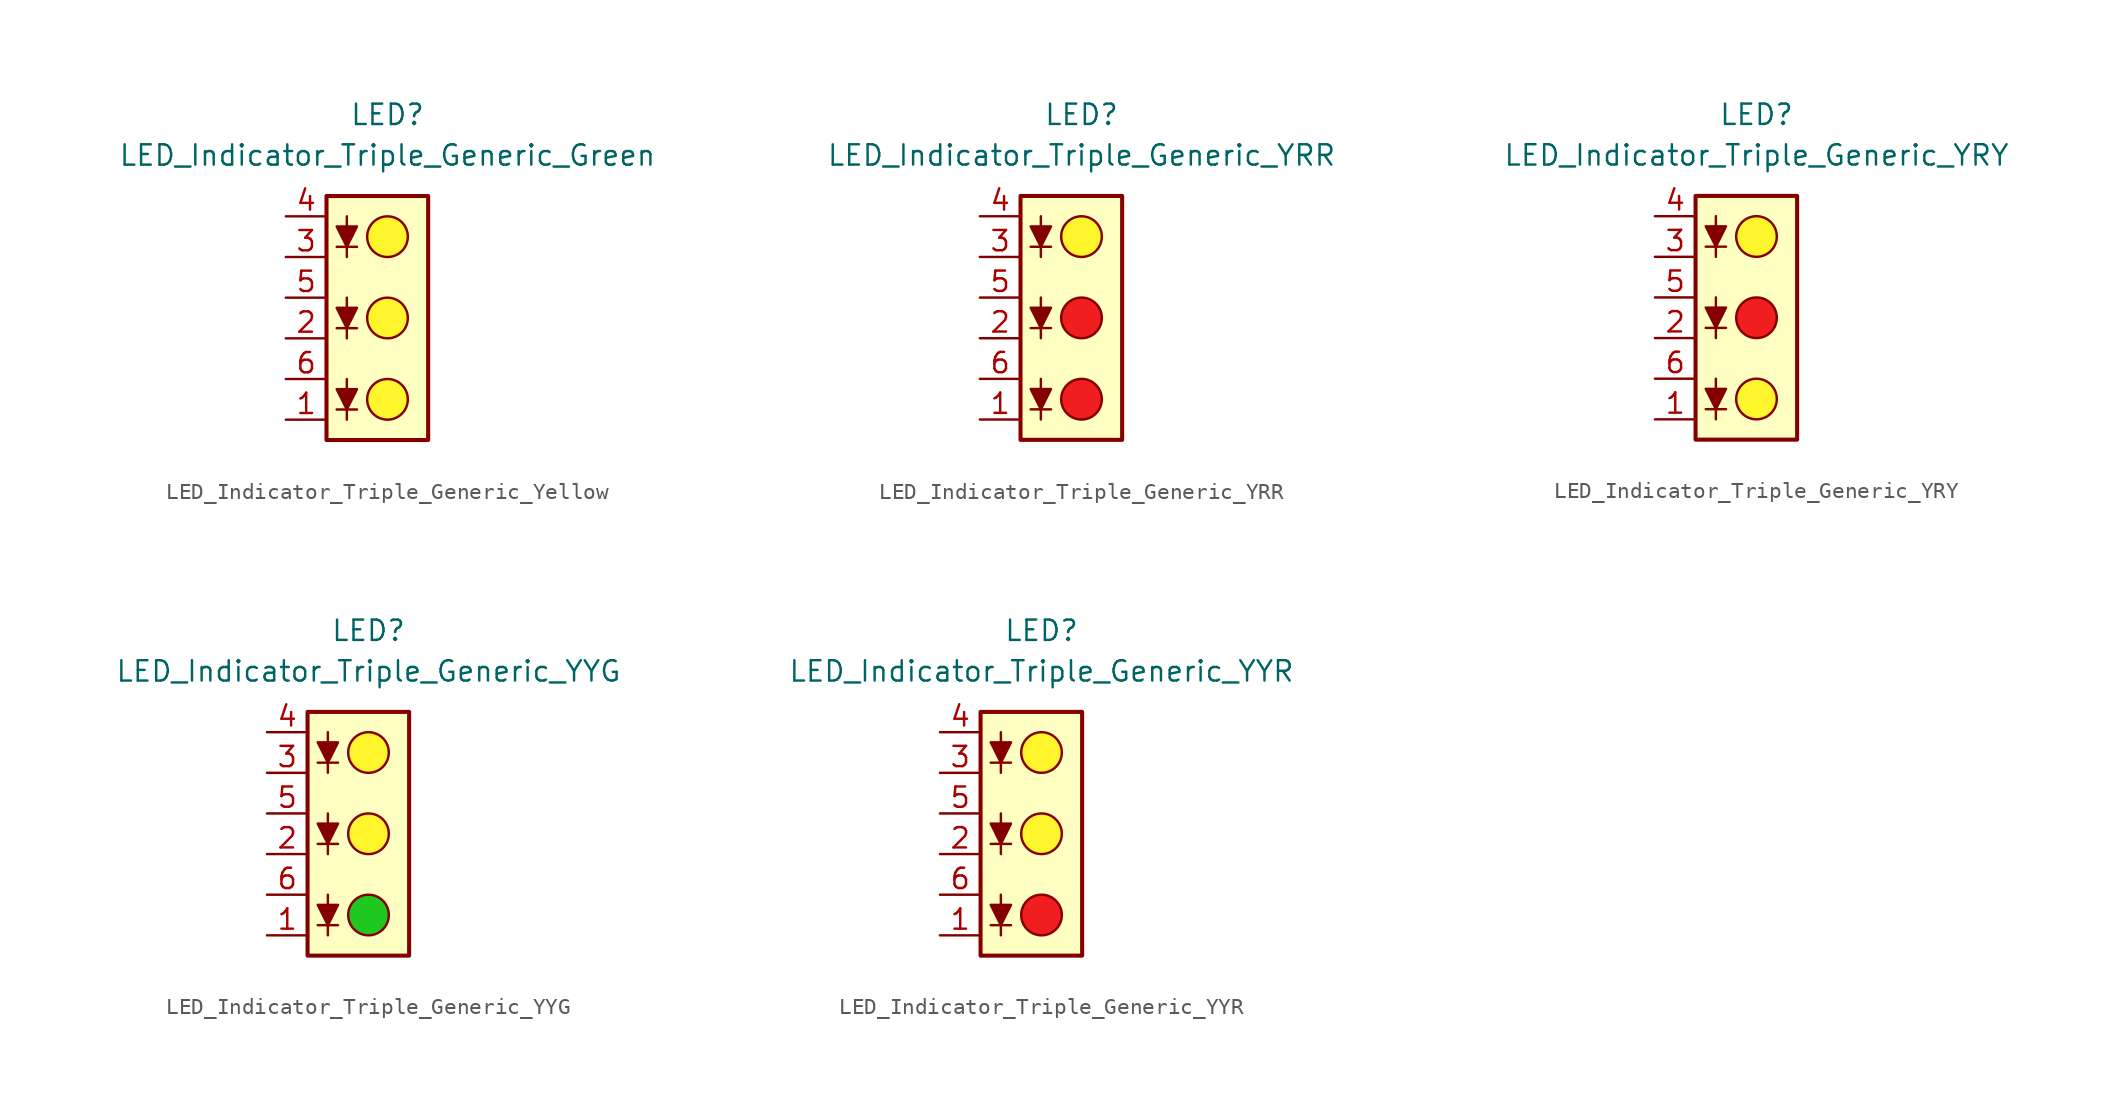
<source format=kicad_sym>
(kicad_symbol_lib
  (version 20231120)
  (generator "kicad_symbol_editor")
  (generator_version "8.0")
  (symbol "LED_Indicator_Triple_Generic_Yellow"
    (pin_names
      (offset 1.016) hide)
    (property "Reference" "LED"
      (at 0 12.7 0)
      (effects (font (size 1.27 1.27))))
    (property "Value" "LED_Indicator_Triple_Generic_Green"
      (at 0 10.16 0)
      (effects (font (size 1.27 1.27))))
    (symbol "LED_Indicator_Triple_Generic_Yellow_0_1"
      (rectangle (start -3.81 7.62) (end 2.54 -7.62) (stroke (width 0.254) (type default)) (fill (type background)))
      (circle (center 0 -5.08) (radius 1.27) (stroke (width 0) (type default)) (fill (type color) (color 255 245 45 1)))
      (polyline (pts (xy -3.175 -5.715) (xy -1.905 -5.715)) (stroke (width 0) (type default)) (fill (type none)))
      (polyline (pts (xy -3.175 -0.635) (xy -1.905 -0.635)) (stroke (width 0) (type default)) (fill (type none)))
      (polyline (pts (xy -3.175 4.445) (xy -1.905 4.445)) (stroke (width 0) (type default)) (fill (type none)))
      (polyline (pts (xy -2.54 -3.81) (xy -2.54 -6.35)) (stroke (width 0) (type default)) (fill (type none)))
      (polyline (pts (xy -2.54 1.27) (xy -2.54 -1.27)) (stroke (width 0) (type default)) (fill (type none)))
      (polyline (pts (xy -2.54 6.35) (xy -2.54 3.81)) (stroke (width 0) (type default)) (fill (type none)))
      (polyline (pts (xy -2.54 -5.715) (xy -3.175 -4.445) (xy -1.905 -4.445) (xy -2.54 -5.715)) (stroke (width 0) (type default)) (fill (type outline)))
      (polyline (pts (xy -2.54 -0.635) (xy -3.175 0.635) (xy -1.905 0.635) (xy -2.54 -0.635)) (stroke (width 0) (type default)) (fill (type outline)))
      (polyline (pts (xy -2.54 4.445) (xy -3.175 5.715) (xy -1.905 5.715) (xy -2.54 4.445)) (stroke (width 0) (type default)) (fill (type outline)))
      (circle (center 0 0) (radius 1.27) (stroke (width 0) (type default)) (fill (type color) (color 255 245 45 1)))
      (circle (center 0 5.08) (radius 1.27) (stroke (width 0) (type default)) (fill (type color) (color 255 245 45 1))))
    (symbol "LED_Indicator_Triple_Generic_Yellow_1_1"
      (pin passive line (at -6.35 -6.35 0) (length 2.54) (name "K1" (effects (font (size 1.27 1.27)))) (number "1" (effects (font (size 1.27 1.27)))))
      (pin passive line (at -6.35 -1.27 0) (length 2.54) (name "K2" (effects (font (size 1.27 1.27)))) (number "2" (effects (font (size 1.27 1.27)))))
      (pin passive line (at -6.35 3.81 0) (length 2.54) (name "K3" (effects (font (size 1.27 1.27)))) (number "3" (effects (font (size 1.27 1.27)))))
      (pin passive line (at -6.35 6.35 0) (length 2.54) (name "A3" (effects (font (size 1.27 1.27)))) (number "4" (effects (font (size 1.27 1.27)))))
      (pin passive line (at -6.35 1.27 0) (length 2.54) (name "A2" (effects (font (size 1.27 1.27)))) (number "5" (effects (font (size 1.27 1.27)))))
      (pin passive line (at -6.35 -3.81 0) (length 2.54) (name "A1" (effects (font (size 1.27 1.27)))) (number "6" (effects (font (size 1.27 1.27)))))))
  (symbol "LED_Indicator_Triple_Generic_YRR"
    (pin_names
      (offset 1.016) hide)
    (property "Reference" "LED"
      (at 0 12.7 0)
      (effects (font (size 1.27 1.27))))
    (property "Value" "LED_Indicator_Triple_Generic_YRR"
      (at 0 10.16 0)
      (effects (font (size 1.27 1.27))))
    (symbol "LED_Indicator_Triple_Generic_YRR_0_1"
      (rectangle (start -3.81 7.62) (end 2.54 -7.62) (stroke (width 0.254) (type default)) (fill (type background)))
      (circle (center 0 -5.08) (radius 1.27) (stroke (width 0) (type default)) (fill (type color) (color 240 30 30 1)))
      (polyline (pts (xy -3.175 -5.715) (xy -1.905 -5.715)) (stroke (width 0) (type default)) (fill (type none)))
      (polyline (pts (xy -3.175 -0.635) (xy -1.905 -0.635)) (stroke (width 0) (type default)) (fill (type none)))
      (polyline (pts (xy -3.175 4.445) (xy -1.905 4.445)) (stroke (width 0) (type default)) (fill (type none)))
      (polyline (pts (xy -2.54 -3.81) (xy -2.54 -6.35)) (stroke (width 0) (type default)) (fill (type none)))
      (polyline (pts (xy -2.54 1.27) (xy -2.54 -1.27)) (stroke (width 0) (type default)) (fill (type none)))
      (polyline (pts (xy -2.54 6.35) (xy -2.54 3.81)) (stroke (width 0) (type default)) (fill (type none)))
      (polyline (pts (xy -2.54 -5.715) (xy -3.175 -4.445) (xy -1.905 -4.445) (xy -2.54 -5.715)) (stroke (width 0) (type default)) (fill (type outline)))
      (polyline (pts (xy -2.54 -0.635) (xy -3.175 0.635) (xy -1.905 0.635) (xy -2.54 -0.635)) (stroke (width 0) (type default)) (fill (type outline)))
      (polyline (pts (xy -2.54 4.445) (xy -3.175 5.715) (xy -1.905 5.715) (xy -2.54 4.445)) (stroke (width 0) (type default)) (fill (type outline)))
      (circle (center 0 0) (radius 1.27) (stroke (width 0) (type default)) (fill (type color) (color 240 30 30 1)))
      (circle (center 0 5.08) (radius 1.27) (stroke (width 0) (type default)) (fill (type color) (color 255 245 45 1))))
    (symbol "LED_Indicator_Triple_Generic_YRR_1_1"
      (pin passive line (at -6.35 -6.35 0) (length 2.54) (name "K1" (effects (font (size 1.27 1.27)))) (number "1" (effects (font (size 1.27 1.27)))))
      (pin passive line (at -6.35 -1.27 0) (length 2.54) (name "K2" (effects (font (size 1.27 1.27)))) (number "2" (effects (font (size 1.27 1.27)))))
      (pin passive line (at -6.35 3.81 0) (length 2.54) (name "K3" (effects (font (size 1.27 1.27)))) (number "3" (effects (font (size 1.27 1.27)))))
      (pin passive line (at -6.35 6.35 0) (length 2.54) (name "A3" (effects (font (size 1.27 1.27)))) (number "4" (effects (font (size 1.27 1.27)))))
      (pin passive line (at -6.35 1.27 0) (length 2.54) (name "A2" (effects (font (size 1.27 1.27)))) (number "5" (effects (font (size 1.27 1.27)))))
      (pin passive line (at -6.35 -3.81 0) (length 2.54) (name "A1" (effects (font (size 1.27 1.27)))) (number "6" (effects (font (size 1.27 1.27)))))))
  (symbol "LED_Indicator_Triple_Generic_YRY"
    (pin_names
      (offset 1.016) hide)
    (property "Reference" "LED"
      (at 0 12.7 0)
      (effects (font (size 1.27 1.27))))
    (property "Value" "LED_Indicator_Triple_Generic_YRY"
      (at 0 10.16 0)
      (effects (font (size 1.27 1.27))))
    (symbol "LED_Indicator_Triple_Generic_YRY_0_1"
      (rectangle (start -3.81 7.62) (end 2.54 -7.62) (stroke (width 0.254) (type default)) (fill (type background)))
      (circle (center 0 -5.08) (radius 1.27) (stroke (width 0) (type default)) (fill (type color) (color 255 245 45 1)))
      (polyline (pts (xy -3.175 -5.715) (xy -1.905 -5.715)) (stroke (width 0) (type default)) (fill (type none)))
      (polyline (pts (xy -3.175 -0.635) (xy -1.905 -0.635)) (stroke (width 0) (type default)) (fill (type none)))
      (polyline (pts (xy -3.175 4.445) (xy -1.905 4.445)) (stroke (width 0) (type default)) (fill (type none)))
      (polyline (pts (xy -2.54 -3.81) (xy -2.54 -6.35)) (stroke (width 0) (type default)) (fill (type none)))
      (polyline (pts (xy -2.54 1.27) (xy -2.54 -1.27)) (stroke (width 0) (type default)) (fill (type none)))
      (polyline (pts (xy -2.54 6.35) (xy -2.54 3.81)) (stroke (width 0) (type default)) (fill (type none)))
      (polyline (pts (xy -2.54 -5.715) (xy -3.175 -4.445) (xy -1.905 -4.445) (xy -2.54 -5.715)) (stroke (width 0) (type default)) (fill (type outline)))
      (polyline (pts (xy -2.54 -0.635) (xy -3.175 0.635) (xy -1.905 0.635) (xy -2.54 -0.635)) (stroke (width 0) (type default)) (fill (type outline)))
      (polyline (pts (xy -2.54 4.445) (xy -3.175 5.715) (xy -1.905 5.715) (xy -2.54 4.445)) (stroke (width 0) (type default)) (fill (type outline)))
      (circle (center 0 0) (radius 1.27) (stroke (width 0) (type default)) (fill (type color) (color 240 30 30 1)))
      (circle (center 0 5.08) (radius 1.27) (stroke (width 0) (type default)) (fill (type color) (color 255 245 45 1))))
    (symbol "LED_Indicator_Triple_Generic_YRY_1_1"
      (pin passive line (at -6.35 -6.35 0) (length 2.54) (name "K1" (effects (font (size 1.27 1.27)))) (number "1" (effects (font (size 1.27 1.27)))))
      (pin passive line (at -6.35 -1.27 0) (length 2.54) (name "K2" (effects (font (size 1.27 1.27)))) (number "2" (effects (font (size 1.27 1.27)))))
      (pin passive line (at -6.35 3.81 0) (length 2.54) (name "K3" (effects (font (size 1.27 1.27)))) (number "3" (effects (font (size 1.27 1.27)))))
      (pin passive line (at -6.35 6.35 0) (length 2.54) (name "A3" (effects (font (size 1.27 1.27)))) (number "4" (effects (font (size 1.27 1.27)))))
      (pin passive line (at -6.35 1.27 0) (length 2.54) (name "A2" (effects (font (size 1.27 1.27)))) (number "5" (effects (font (size 1.27 1.27)))))
      (pin passive line (at -6.35 -3.81 0) (length 2.54) (name "A1" (effects (font (size 1.27 1.27)))) (number "6" (effects (font (size 1.27 1.27)))))))
  (symbol "LED_Indicator_Triple_Generic_YYG"
    (pin_names
      (offset 1.016) hide)
    (property "Reference" "LED"
      (at 0 12.7 0)
      (effects (font (size 1.27 1.27))))
    (property "Value" "LED_Indicator_Triple_Generic_YYG"
      (at 0 10.16 0)
      (effects (font (size 1.27 1.27))))
    (symbol "LED_Indicator_Triple_Generic_YYG_0_1"
      (rectangle (start -3.81 7.62) (end 2.54 -7.62) (stroke (width 0.254) (type default)) (fill (type background)))
      (circle (center 0 -5.08) (radius 1.27) (stroke (width 0) (type default)) (fill (type color) (color 30 200 30 1)))
      (polyline (pts (xy -3.175 -5.715) (xy -1.905 -5.715)) (stroke (width 0) (type default)) (fill (type none)))
      (polyline (pts (xy -3.175 -0.635) (xy -1.905 -0.635)) (stroke (width 0) (type default)) (fill (type none)))
      (polyline (pts (xy -3.175 4.445) (xy -1.905 4.445)) (stroke (width 0) (type default)) (fill (type none)))
      (polyline (pts (xy -2.54 -3.81) (xy -2.54 -6.35)) (stroke (width 0) (type default)) (fill (type none)))
      (polyline (pts (xy -2.54 1.27) (xy -2.54 -1.27)) (stroke (width 0) (type default)) (fill (type none)))
      (polyline (pts (xy -2.54 6.35) (xy -2.54 3.81)) (stroke (width 0) (type default)) (fill (type none)))
      (polyline (pts (xy -2.54 -5.715) (xy -3.175 -4.445) (xy -1.905 -4.445) (xy -2.54 -5.715)) (stroke (width 0) (type default)) (fill (type outline)))
      (polyline (pts (xy -2.54 -0.635) (xy -3.175 0.635) (xy -1.905 0.635) (xy -2.54 -0.635)) (stroke (width 0) (type default)) (fill (type outline)))
      (polyline (pts (xy -2.54 4.445) (xy -3.175 5.715) (xy -1.905 5.715) (xy -2.54 4.445)) (stroke (width 0) (type default)) (fill (type outline)))
      (circle (center 0 0) (radius 1.27) (stroke (width 0) (type default)) (fill (type color) (color 255 245 45 1)))
      (circle (center 0 5.08) (radius 1.27) (stroke (width 0) (type default)) (fill (type color) (color 255 245 45 1))))
    (symbol "LED_Indicator_Triple_Generic_YYG_1_1"
      (pin passive line (at -6.35 -6.35 0) (length 2.54) (name "K1" (effects (font (size 1.27 1.27)))) (number "1" (effects (font (size 1.27 1.27)))))
      (pin passive line (at -6.35 -1.27 0) (length 2.54) (name "K2" (effects (font (size 1.27 1.27)))) (number "2" (effects (font (size 1.27 1.27)))))
      (pin passive line (at -6.35 3.81 0) (length 2.54) (name "K3" (effects (font (size 1.27 1.27)))) (number "3" (effects (font (size 1.27 1.27)))))
      (pin passive line (at -6.35 6.35 0) (length 2.54) (name "A3" (effects (font (size 1.27 1.27)))) (number "4" (effects (font (size 1.27 1.27)))))
      (pin passive line (at -6.35 1.27 0) (length 2.54) (name "A2" (effects (font (size 1.27 1.27)))) (number "5" (effects (font (size 1.27 1.27)))))
      (pin passive line (at -6.35 -3.81 0) (length 2.54) (name "A1" (effects (font (size 1.27 1.27)))) (number "6" (effects (font (size 1.27 1.27)))))))
  (symbol "LED_Indicator_Triple_Generic_YYR"
    (pin_names
      (offset 1.016) hide)
    (property "Reference" "LED"
      (at 0 12.7 0)
      (effects (font (size 1.27 1.27))))
    (property "Value" "LED_Indicator_Triple_Generic_YYR"
      (at 0 10.16 0)
      (effects (font (size 1.27 1.27))))
    (symbol "LED_Indicator_Triple_Generic_YYR_0_1"
      (rectangle (start -3.81 7.62) (end 2.54 -7.62) (stroke (width 0.254) (type default)) (fill (type background)))
      (circle (center 0 -5.08) (radius 1.27) (stroke (width 0) (type default)) (fill (type color) (color 240 30 30 1)))
      (polyline (pts (xy -3.175 -5.715) (xy -1.905 -5.715)) (stroke (width 0) (type default)) (fill (type none)))
      (polyline (pts (xy -3.175 -0.635) (xy -1.905 -0.635)) (stroke (width 0) (type default)) (fill (type none)))
      (polyline (pts (xy -3.175 4.445) (xy -1.905 4.445)) (stroke (width 0) (type default)) (fill (type none)))
      (polyline (pts (xy -2.54 -3.81) (xy -2.54 -6.35)) (stroke (width 0) (type default)) (fill (type none)))
      (polyline (pts (xy -2.54 1.27) (xy -2.54 -1.27)) (stroke (width 0) (type default)) (fill (type none)))
      (polyline (pts (xy -2.54 6.35) (xy -2.54 3.81)) (stroke (width 0) (type default)) (fill (type none)))
      (polyline (pts (xy -2.54 -5.715) (xy -3.175 -4.445) (xy -1.905 -4.445) (xy -2.54 -5.715)) (stroke (width 0) (type default)) (fill (type outline)))
      (polyline (pts (xy -2.54 -0.635) (xy -3.175 0.635) (xy -1.905 0.635) (xy -2.54 -0.635)) (stroke (width 0) (type default)) (fill (type outline)))
      (polyline (pts (xy -2.54 4.445) (xy -3.175 5.715) (xy -1.905 5.715) (xy -2.54 4.445)) (stroke (width 0) (type default)) (fill (type outline)))
      (circle (center 0 0) (radius 1.27) (stroke (width 0) (type default)) (fill (type color) (color 255 245 45 1)))
      (circle (center 0 5.08) (radius 1.27) (stroke (width 0) (type default)) (fill (type color) (color 255 245 45 1))))
    (symbol "LED_Indicator_Triple_Generic_YYR_1_1"
      (pin passive line (at -6.35 -6.35 0) (length 2.54) (name "K1" (effects (font (size 1.27 1.27)))) (number "1" (effects (font (size 1.27 1.27)))))
      (pin passive line (at -6.35 -1.27 0) (length 2.54) (name "K2" (effects (font (size 1.27 1.27)))) (number "2" (effects (font (size 1.27 1.27)))))
      (pin passive line (at -6.35 3.81 0) (length 2.54) (name "K3" (effects (font (size 1.27 1.27)))) (number "3" (effects (font (size 1.27 1.27)))))
      (pin passive line (at -6.35 6.35 0) (length 2.54) (name "A3" (effects (font (size 1.27 1.27)))) (number "4" (effects (font (size 1.27 1.27)))))
      (pin passive line (at -6.35 1.27 0) (length 2.54) (name "A2" (effects (font (size 1.27 1.27)))) (number "5" (effects (font (size 1.27 1.27)))))
      (pin passive line (at -6.35 -3.81 0) (length 2.54) (name "A1" (effects (font (size 1.27 1.27)))) (number "6" (effects (font (size 1.27 1.27))))))))
</source>
